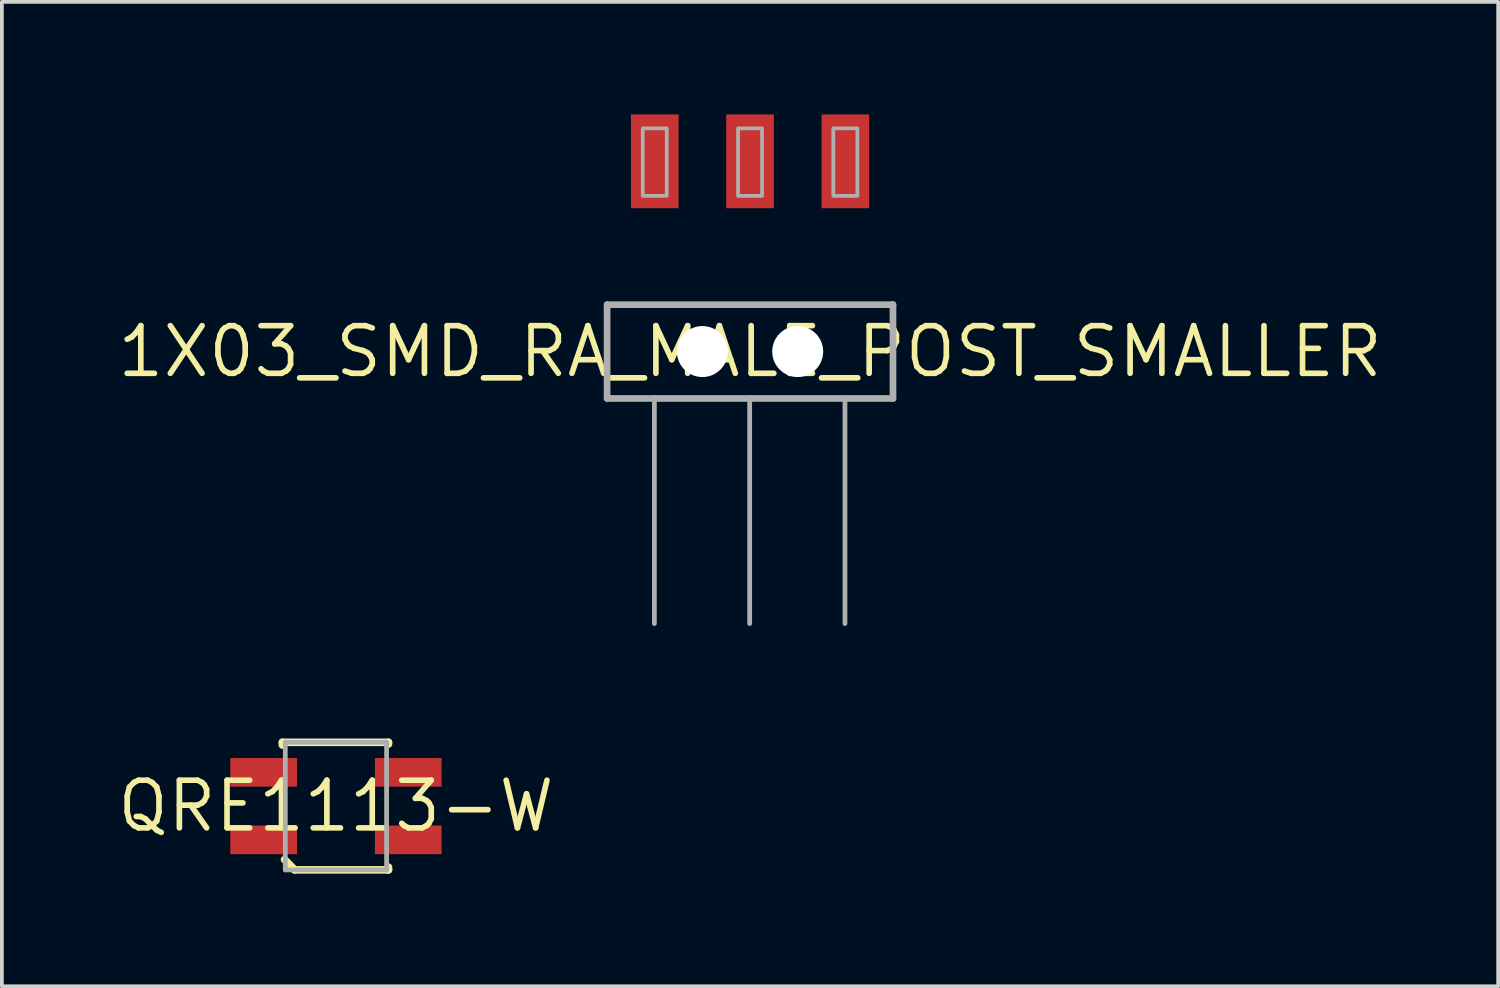
<source format=kicad_pcb>
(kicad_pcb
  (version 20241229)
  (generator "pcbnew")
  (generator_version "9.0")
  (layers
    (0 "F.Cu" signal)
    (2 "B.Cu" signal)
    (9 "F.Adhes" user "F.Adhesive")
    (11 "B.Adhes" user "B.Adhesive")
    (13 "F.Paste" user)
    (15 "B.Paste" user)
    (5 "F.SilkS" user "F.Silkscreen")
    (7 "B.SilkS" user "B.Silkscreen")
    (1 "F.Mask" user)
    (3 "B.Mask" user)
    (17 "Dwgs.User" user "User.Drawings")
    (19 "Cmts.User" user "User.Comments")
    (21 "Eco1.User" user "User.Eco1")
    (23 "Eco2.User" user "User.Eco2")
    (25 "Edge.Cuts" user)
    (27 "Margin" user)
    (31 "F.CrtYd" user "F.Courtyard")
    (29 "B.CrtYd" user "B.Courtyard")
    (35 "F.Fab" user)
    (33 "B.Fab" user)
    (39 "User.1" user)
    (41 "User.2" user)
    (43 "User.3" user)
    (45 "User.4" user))
  (footprint "QRE1113-W"
    (layer "F.Cu")
    (at 5.904 18.435)
    (property "Reference" "QRE1113-W" (at 0 0 0) (layer "F.SilkS") (effects (font (size 1.27 1.27) (thickness 0.15))))
    (fp_line (start -1.427 -1.7) (end 1.4 -1.7) (stroke (width 0.203) (type solid)) (layer "F.SilkS"))
    (fp_line (start -1.427 -1.627) (end -1.427 -1.7) (stroke (width 0.203) (type solid)) (layer "F.SilkS"))
    (fp_line (start -1.37 1.424) (end -1.1 1.7) (stroke (width 0.203) (type solid)) (layer "F.SilkS"))
    (fp_line (start -1.1 1.7) (end 1.4 1.7) (stroke (width 0.203) (type solid)) (layer "F.SilkS"))
    (fp_line (start 1.4 -1.7) (end 1.4 -1.654) (stroke (width 0.203) (type solid)) (layer "F.SilkS"))
    (fp_line (start 1.4 1.7) (end 1.4 1.627) (stroke (width 0.203) (type solid)) (layer "F.SilkS"))
    (fp_line (start -1.35 -1.7) (end -1.35 1.7) (stroke (width 0.127) (type solid)) (layer "F.Fab"))
    (fp_line (start -1.35 1.7) (end 1.35 1.7) (stroke (width 0.127) (type solid)) (layer "F.Fab"))
    (fp_line (start 1.35 -1.7) (end -1.35 -1.7) (stroke (width 0.127) (type solid)) (layer "F.Fab"))
    (fp_line (start 1.35 1.7) (end 1.35 -1.7) (stroke (width 0.127) (type solid)) (layer "F.Fab"))
    (pad "1" smd rect (at -1.927 0.9) (size 1.778 0.762) (layers "F.Cu" "F.Mask" "F.Paste"))
    (pad "2" smd rect (at 1.927 0.9) (size 1.778 0.762) (layers "F.Cu" "F.Mask" "F.Paste"))
    (pad "3" smd rect (at 1.927 -0.9) (size 1.778 0.762) (layers "F.Cu" "F.Mask" "F.Paste"))
    (pad "4" smd rect (at -1.927 -0.9) (size 1.778 0.762) (layers "F.Cu" "F.Mask" "F.Paste")))
  (footprint "1X03_SMD_RA_MALE_POST_SMALLER"
    (layer "F.Cu")
    (at 16.941 6.32)
    (property "Reference" "1X03_SMD_RA_MALE_POST_SMALLER" (at 0 0 0) (layer "F.SilkS") (effects (font (size 1.27 1.27) (thickness 0.15))))
    (fp_line (start -3.81 -1.25) (end -3.81 1.25) (stroke (width 0.178) (type solid)) (layer "F.Fab"))
    (fp_line (start -2.55 1.25) (end -3.81 1.25) (stroke (width 0.178) (type solid)) (layer "F.Fab"))
    (fp_line (start -2.55 1.25) (end -2.55 7.25) (stroke (width 0.127) (type solid)) (layer "F.Fab"))
    (fp_line (start -0.01 1.25) (end -2.55 1.25) (stroke (width 0.178) (type solid)) (layer "F.Fab"))
    (fp_line (start -0.01 1.25) (end -0.01 7.25) (stroke (width 0.127) (type solid)) (layer "F.Fab"))
    (fp_line (start 2.53 1.25) (end -0.01 1.25) (stroke (width 0.178) (type solid)) (layer "F.Fab"))
    (fp_line (start 2.53 1.25) (end 2.53 7.25) (stroke (width 0.127) (type solid)) (layer "F.Fab"))
    (fp_line (start 3.81 -1.25) (end -3.81 -1.25) (stroke (width 0.178) (type solid)) (layer "F.Fab"))
    (fp_line (start 3.81 1.25) (end 2.53 1.25) (stroke (width 0.178) (type solid)) (layer "F.Fab"))
    (fp_line (start 3.81 1.25) (end 3.81 -1.25) (stroke (width 0.178) (type solid)) (layer "F.Fab"))
    (fp_poly (pts (xy -2.86 -4.15) (xy -2.22 -4.15) (xy -2.22 -5.95) (xy -2.86 -5.95)) (stroke (width 0.1) (type default)) (fill no) (layer "F.Fab"))
    (fp_poly (pts (xy -0.32 -4.15) (xy 0.32 -4.15) (xy 0.32 -5.95) (xy -0.32 -5.95)) (stroke (width 0.1) (type default)) (fill no) (layer "F.Fab"))
    (fp_poly (pts (xy 2.22 -4.15) (xy 2.86 -4.15) (xy 2.86 -5.95) (xy 2.22 -5.95)) (stroke (width 0.1) (type default)) (fill no) (layer "F.Fab"))
    (pad "" np_thru_hole circle (at -1.27 0) (size 1.359 1.359) (drill 1.359) (layers "*.Cu" "*.Mask"))
    (pad "" np_thru_hole circle (at 1.27 0) (size 1.359 1.359) (drill 1.359) (layers "*.Cu" "*.Mask"))
    (pad "1" smd rect (at -2.54 -5.07 90) (size 2.5 1.27) (layers "F.Cu" "F.Mask" "F.Paste"))
    (pad "2" smd rect (at 0 -5.07 90) (size 2.5 1.27) (layers "F.Cu" "F.Mask" "F.Paste"))
    (pad "3" smd rect (at 2.54 -5.07 90) (size 2.5 1.27) (layers "F.Cu" "F.Mask" "F.Paste")))
  (gr_rect
    (start -3 -3)
    (end 36.881 23.237)
    (stroke (width 0.1) (type default))
    (fill no)
    (layer "Edge.Cuts")))
</source>
